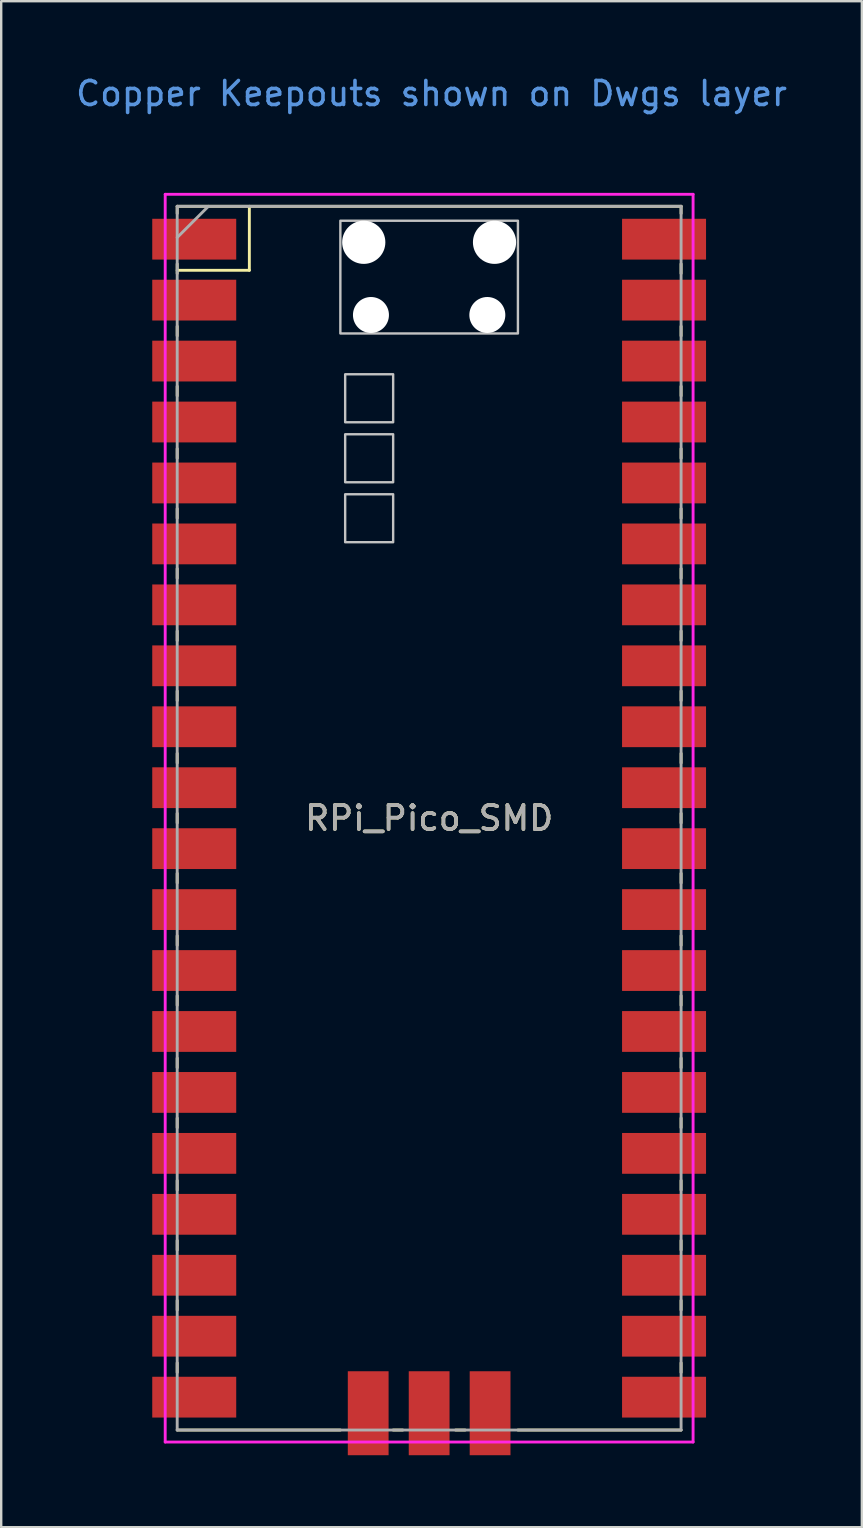
<source format=kicad_pcb>
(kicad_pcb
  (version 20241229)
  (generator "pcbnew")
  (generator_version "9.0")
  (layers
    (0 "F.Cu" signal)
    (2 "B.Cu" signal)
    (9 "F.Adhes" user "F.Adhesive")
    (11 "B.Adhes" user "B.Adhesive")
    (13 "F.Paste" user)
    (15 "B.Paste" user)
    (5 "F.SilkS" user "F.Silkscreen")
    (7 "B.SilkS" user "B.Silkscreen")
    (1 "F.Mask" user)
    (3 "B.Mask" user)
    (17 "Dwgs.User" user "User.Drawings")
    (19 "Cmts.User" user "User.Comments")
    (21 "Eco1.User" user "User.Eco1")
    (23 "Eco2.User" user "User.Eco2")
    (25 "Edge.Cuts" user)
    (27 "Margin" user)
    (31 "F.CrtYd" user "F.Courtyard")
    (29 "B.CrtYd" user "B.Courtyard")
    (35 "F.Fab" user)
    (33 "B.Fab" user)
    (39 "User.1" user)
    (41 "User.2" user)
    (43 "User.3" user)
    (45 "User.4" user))
  (footprint "RPi_Pico_SMD"
    (layer "F.Cu")
    (at 14.835 31.048)
    (property "Reference" "RPi_Pico_SMD" (at 0 0 0) (layer "F.SilkS") (effects (font (size 1 1) (thickness 0.15))))
    (attr through_hole)
    (fp_line (start -10.5 -25.5) (end -10.5 -25.2) (stroke (width 0.12) (type solid)) (layer "F.SilkS"))
    (fp_line (start -10.5 -25.5) (end 10.5 -25.5) (stroke (width 0.12) (type solid)) (layer "F.SilkS"))
    (fp_line (start -10.5 -23.1) (end -10.5 -22.7) (stroke (width 0.12) (type solid)) (layer "F.SilkS"))
    (fp_line (start -10.5 -22.833) (end -7.493 -22.833) (stroke (width 0.12) (type solid)) (layer "F.SilkS"))
    (fp_line (start -10.5 -20.5) (end -10.5 -20.1) (stroke (width 0.12) (type solid)) (layer "F.SilkS"))
    (fp_line (start -10.5 -18) (end -10.5 -17.6) (stroke (width 0.12) (type solid)) (layer "F.SilkS"))
    (fp_line (start -10.5 -15.4) (end -10.5 -15) (stroke (width 0.12) (type solid)) (layer "F.SilkS"))
    (fp_line (start -10.5 -12.9) (end -10.5 -12.5) (stroke (width 0.12) (type solid)) (layer "F.SilkS"))
    (fp_line (start -10.5 -10.4) (end -10.5 -10) (stroke (width 0.12) (type solid)) (layer "F.SilkS"))
    (fp_line (start -10.5 -7.8) (end -10.5 -7.4) (stroke (width 0.12) (type solid)) (layer "F.SilkS"))
    (fp_line (start -10.5 -5.3) (end -10.5 -4.9) (stroke (width 0.12) (type solid)) (layer "F.SilkS"))
    (fp_line (start -10.5 -2.7) (end -10.5 -2.3) (stroke (width 0.12) (type solid)) (layer "F.SilkS"))
    (fp_line (start -10.5 -0.2) (end -10.5 0.2) (stroke (width 0.12) (type solid)) (layer "F.SilkS"))
    (fp_line (start -10.5 2.3) (end -10.5 2.7) (stroke (width 0.12) (type solid)) (layer "F.SilkS"))
    (fp_line (start -10.5 4.9) (end -10.5 5.3) (stroke (width 0.12) (type solid)) (layer "F.SilkS"))
    (fp_line (start -10.5 7.4) (end -10.5 7.8) (stroke (width 0.12) (type solid)) (layer "F.SilkS"))
    (fp_line (start -10.5 10) (end -10.5 10.4) (stroke (width 0.12) (type solid)) (layer "F.SilkS"))
    (fp_line (start -10.5 12.5) (end -10.5 12.9) (stroke (width 0.12) (type solid)) (layer "F.SilkS"))
    (fp_line (start -10.5 15.1) (end -10.5 15.5) (stroke (width 0.12) (type solid)) (layer "F.SilkS"))
    (fp_line (start -10.5 17.6) (end -10.5 18) (stroke (width 0.12) (type solid)) (layer "F.SilkS"))
    (fp_line (start -10.5 20.1) (end -10.5 20.5) (stroke (width 0.12) (type solid)) (layer "F.SilkS"))
    (fp_line (start -10.5 22.7) (end -10.5 23.1) (stroke (width 0.12) (type solid)) (layer "F.SilkS"))
    (fp_line (start -7.493 -22.833) (end -7.493 -25.5) (stroke (width 0.12) (type solid)) (layer "F.SilkS"))
    (fp_line (start -3.7 25.5) (end -10.5 25.5) (stroke (width 0.12) (type solid)) (layer "F.SilkS"))
    (fp_line (start -1.5 25.5) (end -1.1 25.5) (stroke (width 0.12) (type solid)) (layer "F.SilkS"))
    (fp_line (start 1.1 25.5) (end 1.5 25.5) (stroke (width 0.12) (type solid)) (layer "F.SilkS"))
    (fp_line (start 10.5 -25.5) (end 10.5 -25.2) (stroke (width 0.12) (type solid)) (layer "F.SilkS"))
    (fp_line (start 10.5 -23.1) (end 10.5 -22.7) (stroke (width 0.12) (type solid)) (layer "F.SilkS"))
    (fp_line (start 10.5 -20.5) (end 10.5 -20.1) (stroke (width 0.12) (type solid)) (layer "F.SilkS"))
    (fp_line (start 10.5 -18) (end 10.5 -17.6) (stroke (width 0.12) (type solid)) (layer "F.SilkS"))
    (fp_line (start 10.5 -15.4) (end 10.5 -15) (stroke (width 0.12) (type solid)) (layer "F.SilkS"))
    (fp_line (start 10.5 -12.9) (end 10.5 -12.5) (stroke (width 0.12) (type solid)) (layer "F.SilkS"))
    (fp_line (start 10.5 -10.4) (end 10.5 -10) (stroke (width 0.12) (type solid)) (layer "F.SilkS"))
    (fp_line (start 10.5 -7.8) (end 10.5 -7.4) (stroke (width 0.12) (type solid)) (layer "F.SilkS"))
    (fp_line (start 10.5 -5.3) (end 10.5 -4.9) (stroke (width 0.12) (type solid)) (layer "F.SilkS"))
    (fp_line (start 10.5 -2.7) (end 10.5 -2.3) (stroke (width 0.12) (type solid)) (layer "F.SilkS"))
    (fp_line (start 10.5 -0.2) (end 10.5 0.2) (stroke (width 0.12) (type solid)) (layer "F.SilkS"))
    (fp_line (start 10.5 2.3) (end 10.5 2.7) (stroke (width 0.12) (type solid)) (layer "F.SilkS"))
    (fp_line (start 10.5 4.9) (end 10.5 5.3) (stroke (width 0.12) (type solid)) (layer "F.SilkS"))
    (fp_line (start 10.5 7.4) (end 10.5 7.8) (stroke (width 0.12) (type solid)) (layer "F.SilkS"))
    (fp_line (start 10.5 10) (end 10.5 10.4) (stroke (width 0.12) (type solid)) (layer "F.SilkS"))
    (fp_line (start 10.5 12.5) (end 10.5 12.9) (stroke (width 0.12) (type solid)) (layer "F.SilkS"))
    (fp_line (start 10.5 15.1) (end 10.5 15.5) (stroke (width 0.12) (type solid)) (layer "F.SilkS"))
    (fp_line (start 10.5 17.6) (end 10.5 18) (stroke (width 0.12) (type solid)) (layer "F.SilkS"))
    (fp_line (start 10.5 20.1) (end 10.5 20.5) (stroke (width 0.12) (type solid)) (layer "F.SilkS"))
    (fp_line (start 10.5 22.7) (end 10.5 23.1) (stroke (width 0.12) (type solid)) (layer "F.SilkS"))
    (fp_line (start 10.5 25.5) (end 3.7 25.5) (stroke (width 0.12) (type solid)) (layer "F.SilkS"))
    (fp_poly (pts (xy -1.5 -16.5) (xy -3.5 -16.5) (xy -3.5 -18.5) (xy -1.5 -18.5)) (stroke (width 0.1) (type solid)) (fill no) (layer "Dwgs.User"))
    (fp_poly (pts (xy -1.5 -14) (xy -3.5 -14) (xy -3.5 -16) (xy -1.5 -16)) (stroke (width 0.1) (type solid)) (fill no) (layer "Dwgs.User"))
    (fp_poly (pts (xy -1.5 -11.5) (xy -3.5 -11.5) (xy -3.5 -13.5) (xy -1.5 -13.5)) (stroke (width 0.1) (type solid)) (fill no) (layer "Dwgs.User"))
    (fp_poly (pts (xy 3.7 -20.2) (xy -3.7 -20.2) (xy -3.7 -24.9) (xy 3.7 -24.9)) (stroke (width 0.1) (type solid)) (fill no) (layer "Dwgs.User"))
    (fp_line (start -11 -26) (end 11 -26) (stroke (width 0.12) (type solid)) (layer "F.CrtYd"))
    (fp_line (start -11 26) (end -11 -26) (stroke (width 0.12) (type solid)) (layer "F.CrtYd"))
    (fp_line (start 11 -26) (end 11 26) (stroke (width 0.12) (type solid)) (layer "F.CrtYd"))
    (fp_line (start 11 26) (end -11 26) (stroke (width 0.12) (type solid)) (layer "F.CrtYd"))
    (fp_line (start -10.5 -25.5) (end 10.5 -25.5) (stroke (width 0.12) (type solid)) (layer "F.Fab"))
    (fp_line (start -10.5 -24.2) (end -9.2 -25.5) (stroke (width 0.12) (type solid)) (layer "F.Fab"))
    (fp_line (start -10.5 25.5) (end -10.5 -25.5) (stroke (width 0.12) (type solid)) (layer "F.Fab"))
    (fp_line (start 10.5 -25.5) (end 10.5 25.5) (stroke (width 0.12) (type solid)) (layer "F.Fab"))
    (fp_line (start 10.5 25.5) (end -10.5 25.5) (stroke (width 0.12) (type solid)) (layer "F.Fab"))
    (fp_text user "Copper Keepouts shown on Dwgs layer" (at 0.1 -30.2 0) (layer "Cmts.User") (effects (font (size 1 1) (thickness 0.15))))
    (fp_text user "${REFERENCE}" (at 0 0 180) (layer "F.Fab") (effects (font (size 1 1) (thickness 0.15))))
    (pad "" np_thru_hole oval (at -2.725 -24) (size 1.8 1.8) (drill 1.8) (layers "*.Cu" "*.Mask"))
    (pad "" np_thru_hole oval (at -2.425 -20.97) (size 1.5 1.5) (drill 1.5) (layers "*.Cu" "*.Mask"))
    (pad "" np_thru_hole oval (at 2.425 -20.97) (size 1.5 1.5) (drill 1.5) (layers "*.Cu" "*.Mask"))
    (pad "" np_thru_hole oval (at 2.725 -24) (size 1.8 1.8) (drill 1.8) (layers "*.Cu" "*.Mask"))
    (pad "1" smd rect (at -8.89 -24.13) (size 3.5 1.7) (drill (offset -0.9 0)) (layers "F.Cu" "F.Mask"))
    (pad "2" smd rect (at -8.89 -21.59) (size 3.5 1.7) (drill (offset -0.9 0)) (layers "F.Cu" "F.Mask"))
    (pad "3" smd rect (at -8.89 -19.05) (size 3.5 1.7) (drill (offset -0.9 0)) (layers "F.Cu" "F.Mask"))
    (pad "4" smd rect (at -8.89 -16.51) (size 3.5 1.7) (drill (offset -0.9 0)) (layers "F.Cu" "F.Mask"))
    (pad "5" smd rect (at -8.89 -13.97) (size 3.5 1.7) (drill (offset -0.9 0)) (layers "F.Cu" "F.Mask"))
    (pad "6" smd rect (at -8.89 -11.43) (size 3.5 1.7) (drill (offset -0.9 0)) (layers "F.Cu" "F.Mask"))
    (pad "7" smd rect (at -8.89 -8.89) (size 3.5 1.7) (drill (offset -0.9 0)) (layers "F.Cu" "F.Mask"))
    (pad "8" smd rect (at -8.89 -6.35) (size 3.5 1.7) (drill (offset -0.9 0)) (layers "F.Cu" "F.Mask"))
    (pad "9" smd rect (at -8.89 -3.81) (size 3.5 1.7) (drill (offset -0.9 0)) (layers "F.Cu" "F.Mask"))
    (pad "10" smd rect (at -8.89 -1.27) (size 3.5 1.7) (drill (offset -0.9 0)) (layers "F.Cu" "F.Mask"))
    (pad "11" smd rect (at -8.89 1.27) (size 3.5 1.7) (drill (offset -0.9 0)) (layers "F.Cu" "F.Mask"))
    (pad "12" smd rect (at -8.89 3.81) (size 3.5 1.7) (drill (offset -0.9 0)) (layers "F.Cu" "F.Mask"))
    (pad "13" smd rect (at -8.89 6.35) (size 3.5 1.7) (drill (offset -0.9 0)) (layers "F.Cu" "F.Mask"))
    (pad "14" smd rect (at -8.89 8.89) (size 3.5 1.7) (drill (offset -0.9 0)) (layers "F.Cu" "F.Mask"))
    (pad "15" smd rect (at -8.89 11.43) (size 3.5 1.7) (drill (offset -0.9 0)) (layers "F.Cu" "F.Mask"))
    (pad "16" smd rect (at -8.89 13.97) (size 3.5 1.7) (drill (offset -0.9 0)) (layers "F.Cu" "F.Mask"))
    (pad "17" smd rect (at -8.89 16.51) (size 3.5 1.7) (drill (offset -0.9 0)) (layers "F.Cu" "F.Mask"))
    (pad "18" smd rect (at -8.89 19.05) (size 3.5 1.7) (drill (offset -0.9 0)) (layers "F.Cu" "F.Mask"))
    (pad "19" smd rect (at -8.89 21.59) (size 3.5 1.7) (drill (offset -0.9 0)) (layers "F.Cu" "F.Mask"))
    (pad "20" smd rect (at -8.89 24.13) (size 3.5 1.7) (drill (offset -0.9 0)) (layers "F.Cu" "F.Mask"))
    (pad "21" smd rect (at 8.89 24.13) (size 3.5 1.7) (drill (offset 0.9 0)) (layers "F.Cu" "F.Mask"))
    (pad "22" smd rect (at 8.89 21.59) (size 3.5 1.7) (drill (offset 0.9 0)) (layers "F.Cu" "F.Mask"))
    (pad "23" smd rect (at 8.89 19.05) (size 3.5 1.7) (drill (offset 0.9 0)) (layers "F.Cu" "F.Mask"))
    (pad "24" smd rect (at 8.89 16.51) (size 3.5 1.7) (drill (offset 0.9 0)) (layers "F.Cu" "F.Mask"))
    (pad "25" smd rect (at 8.89 13.97) (size 3.5 1.7) (drill (offset 0.9 0)) (layers "F.Cu" "F.Mask"))
    (pad "26" smd rect (at 8.89 11.43) (size 3.5 1.7) (drill (offset 0.9 0)) (layers "F.Cu" "F.Mask"))
    (pad "27" smd rect (at 8.89 8.89) (size 3.5 1.7) (drill (offset 0.9 0)) (layers "F.Cu" "F.Mask"))
    (pad "28" smd rect (at 8.89 6.35) (size 3.5 1.7) (drill (offset 0.9 0)) (layers "F.Cu" "F.Mask"))
    (pad "29" smd rect (at 8.89 3.81) (size 3.5 1.7) (drill (offset 0.9 0)) (layers "F.Cu" "F.Mask"))
    (pad "30" smd rect (at 8.89 1.27) (size 3.5 1.7) (drill (offset 0.9 0)) (layers "F.Cu" "F.Mask"))
    (pad "31" smd rect (at 8.89 -1.27) (size 3.5 1.7) (drill (offset 0.9 0)) (layers "F.Cu" "F.Mask"))
    (pad "32" smd rect (at 8.89 -3.81) (size 3.5 1.7) (drill (offset 0.9 0)) (layers "F.Cu" "F.Mask"))
    (pad "33" smd rect (at 8.89 -6.35) (size 3.5 1.7) (drill (offset 0.9 0)) (layers "F.Cu" "F.Mask"))
    (pad "34" smd rect (at 8.89 -8.89) (size 3.5 1.7) (drill (offset 0.9 0)) (layers "F.Cu" "F.Mask"))
    (pad "35" smd rect (at 8.89 -11.43) (size 3.5 1.7) (drill (offset 0.9 0)) (layers "F.Cu" "F.Mask"))
    (pad "36" smd rect (at 8.89 -13.97) (size 3.5 1.7) (drill (offset 0.9 0)) (layers "F.Cu" "F.Mask"))
    (pad "37" smd rect (at 8.89 -16.51) (size 3.5 1.7) (drill (offset 0.9 0)) (layers "F.Cu" "F.Mask"))
    (pad "38" smd rect (at 8.89 -19.05) (size 3.5 1.7) (drill (offset 0.9 0)) (layers "F.Cu" "F.Mask"))
    (pad "39" smd rect (at 8.89 -21.59) (size 3.5 1.7) (drill (offset 0.9 0)) (layers "F.Cu" "F.Mask"))
    (pad "40" smd rect (at 8.89 -24.13) (size 3.5 1.7) (drill (offset 0.9 0)) (layers "F.Cu" "F.Mask"))
    (pad "41" smd rect (at -2.54 23.9 90) (size 3.5 1.7) (drill (offset -0.9 0)) (layers "F.Cu" "F.Mask"))
    (pad "42" smd rect (at 0 23.9 90) (size 3.5 1.7) (drill (offset -0.9 0)) (layers "F.Cu" "F.Mask"))
    (pad "43" smd rect (at 2.54 23.9 90) (size 3.5 1.7) (drill (offset -0.9 0)) (layers "F.Cu" "F.Mask")))
  (gr_rect
    (start -3 -3)
    (end 32.869 60.598)
    (stroke (width 0.1) (type default))
    (fill no)
    (layer "Edge.Cuts")))
</source>
